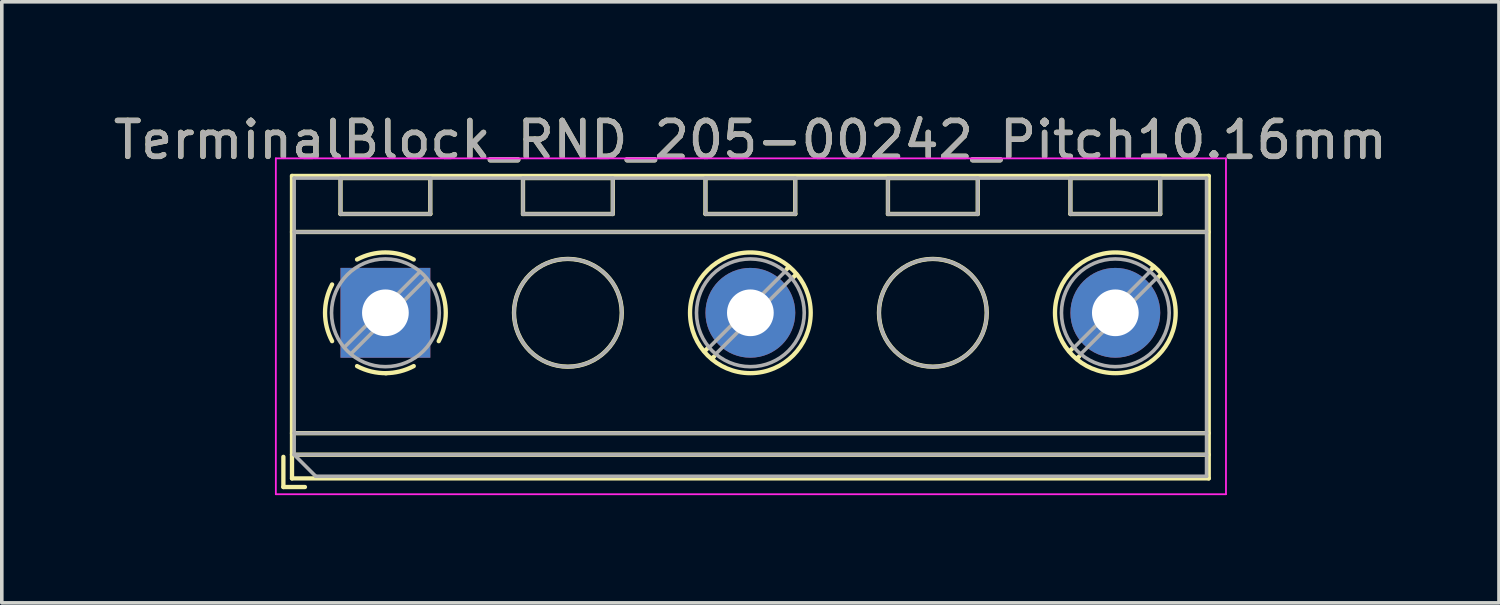
<source format=kicad_pcb>
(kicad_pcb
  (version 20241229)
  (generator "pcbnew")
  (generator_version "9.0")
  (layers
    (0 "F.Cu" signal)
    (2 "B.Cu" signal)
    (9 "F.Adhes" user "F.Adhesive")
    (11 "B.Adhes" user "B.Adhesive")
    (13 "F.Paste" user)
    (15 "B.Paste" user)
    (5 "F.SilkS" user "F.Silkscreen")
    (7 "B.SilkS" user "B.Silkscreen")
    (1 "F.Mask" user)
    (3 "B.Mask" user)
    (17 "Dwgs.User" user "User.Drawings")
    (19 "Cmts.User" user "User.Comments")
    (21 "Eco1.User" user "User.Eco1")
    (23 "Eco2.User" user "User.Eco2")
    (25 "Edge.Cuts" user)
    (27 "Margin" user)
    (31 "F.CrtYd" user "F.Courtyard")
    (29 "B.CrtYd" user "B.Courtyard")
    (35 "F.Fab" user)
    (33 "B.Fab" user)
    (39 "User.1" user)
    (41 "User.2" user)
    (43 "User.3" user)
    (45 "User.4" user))
  (footprint "TerminalBlock_RND_205-00242_Pitch10.16mm"
    (layer "F.Cu")
    (at 7.679 5.658)
    (property "Reference" "TerminalBlock_RND_205-00242_Pitch10.16mm" (at 10.16 -4.81 0) (layer "F.SilkS") (effects (font (size 1 1) (thickness 0.15))))
    (attr through_hole)
    (fp_line (start -2.84 4.01) (end -2.84 4.85) (stroke (width 0.12) (type solid)) (layer "F.SilkS"))
    (fp_line (start -2.84 4.85) (end -2.24 4.85) (stroke (width 0.12) (type solid)) (layer "F.SilkS"))
    (fp_line (start -2.6 -3.81) (end -2.6 4.61) (stroke (width 0.12) (type solid)) (layer "F.SilkS"))
    (fp_line (start -2.6 -2.25) (end 22.92 -2.25) (stroke (width 0.12) (type solid)) (layer "F.SilkS"))
    (fp_line (start -2.6 3.35) (end 22.92 3.35) (stroke (width 0.12) (type solid)) (layer "F.SilkS"))
    (fp_line (start -2.6 3.95) (end 22.92 3.95) (stroke (width 0.12) (type solid)) (layer "F.SilkS"))
    (fp_line (start -2.6 4.61) (end 22.92 4.61) (stroke (width 0.12) (type solid)) (layer "F.SilkS"))
    (fp_line (start -1.25 -3.751) (end -1.25 -2.751) (stroke (width 0.12) (type solid)) (layer "F.SilkS"))
    (fp_line (start -1.25 -3.751) (end 1.25 -3.751) (stroke (width 0.12) (type solid)) (layer "F.SilkS"))
    (fp_line (start -1.25 -2.751) (end 1.25 -2.751) (stroke (width 0.12) (type solid)) (layer "F.SilkS"))
    (fp_line (start 1.25 -3.751) (end 1.25 -2.751) (stroke (width 0.12) (type solid)) (layer "F.SilkS"))
    (fp_line (start 3.83 -3.751) (end 3.83 -2.751) (stroke (width 0.12) (type solid)) (layer "F.SilkS"))
    (fp_line (start 3.83 -3.751) (end 6.33 -3.751) (stroke (width 0.12) (type solid)) (layer "F.SilkS"))
    (fp_line (start 3.83 -2.751) (end 6.33 -2.751) (stroke (width 0.12) (type solid)) (layer "F.SilkS"))
    (fp_line (start 6.33 -3.751) (end 6.33 -2.751) (stroke (width 0.12) (type solid)) (layer "F.SilkS"))
    (fp_line (start 8.91 -3.751) (end 8.91 -2.751) (stroke (width 0.12) (type solid)) (layer "F.SilkS"))
    (fp_line (start 8.91 -3.751) (end 11.41 -3.751) (stroke (width 0.12) (type solid)) (layer "F.SilkS"))
    (fp_line (start 8.91 -2.751) (end 11.41 -2.751) (stroke (width 0.12) (type solid)) (layer "F.SilkS"))
    (fp_line (start 8.98 0.976) (end 8.886 1.069) (stroke (width 0.12) (type solid)) (layer "F.SilkS"))
    (fp_line (start 9.15 1.216) (end 9.091 1.274) (stroke (width 0.12) (type solid)) (layer "F.SilkS"))
    (fp_line (start 11.23 -1.275) (end 11.171 -1.216) (stroke (width 0.12) (type solid)) (layer "F.SilkS"))
    (fp_line (start 11.41 -3.751) (end 11.41 -2.751) (stroke (width 0.12) (type solid)) (layer "F.SilkS"))
    (fp_line (start 11.435 -1.069) (end 11.341 -0.976) (stroke (width 0.12) (type solid)) (layer "F.SilkS"))
    (fp_line (start 13.99 -3.751) (end 13.99 -2.751) (stroke (width 0.12) (type solid)) (layer "F.SilkS"))
    (fp_line (start 13.99 -3.751) (end 16.49 -3.751) (stroke (width 0.12) (type solid)) (layer "F.SilkS"))
    (fp_line (start 13.99 -2.751) (end 16.49 -2.751) (stroke (width 0.12) (type solid)) (layer "F.SilkS"))
    (fp_line (start 16.49 -3.751) (end 16.49 -2.751) (stroke (width 0.12) (type solid)) (layer "F.SilkS"))
    (fp_line (start 19.07 -3.751) (end 19.07 -2.751) (stroke (width 0.12) (type solid)) (layer "F.SilkS"))
    (fp_line (start 19.07 -3.751) (end 21.57 -3.751) (stroke (width 0.12) (type solid)) (layer "F.SilkS"))
    (fp_line (start 19.07 -2.751) (end 21.57 -2.751) (stroke (width 0.12) (type solid)) (layer "F.SilkS"))
    (fp_line (start 19.14 0.976) (end 19.046 1.069) (stroke (width 0.12) (type solid)) (layer "F.SilkS"))
    (fp_line (start 19.31 1.216) (end 19.251 1.274) (stroke (width 0.12) (type solid)) (layer "F.SilkS"))
    (fp_line (start 21.39 -1.275) (end 21.331 -1.216) (stroke (width 0.12) (type solid)) (layer "F.SilkS"))
    (fp_line (start 21.57 -3.751) (end 21.57 -2.751) (stroke (width 0.12) (type solid)) (layer "F.SilkS"))
    (fp_line (start 21.595 -1.069) (end 21.501 -0.976) (stroke (width 0.12) (type solid)) (layer "F.SilkS"))
    (fp_line (start 22.92 -3.81) (end -2.6 -3.81) (stroke (width 0.12) (type solid)) (layer "F.SilkS"))
    (fp_line (start 22.92 4.61) (end 22.92 -3.81) (stroke (width 0.12) (type solid)) (layer "F.SilkS"))
    (fp_arc (start -1.483953 0.789089) (mid -1.680708 0.00005) (end -1.484 -0.789) (stroke (width 0.12) (type solid)) (layer "F.SilkS"))
    (fp_arc (start -0.789089 -1.483953) (mid -0.00005 -1.680708) (end 0.789 -1.484) (stroke (width 0.12) (type solid)) (layer "F.SilkS"))
    (fp_arc (start 0.029383 1.68045) (mid -0.392304 1.634281) (end -0.789 1.484) (stroke (width 0.12) (type solid)) (layer "F.SilkS"))
    (fp_arc (start 0.788712 1.483352) (mid 0.406429 1.630097) (end 0 1.68) (stroke (width 0.12) (type solid)) (layer "F.SilkS"))
    (fp_arc (start 1.483953 -0.789089) (mid 1.680708 -0.00005) (end 1.484 0.789) (stroke (width 0.12) (type solid)) (layer "F.SilkS"))
    (fp_circle (center 5.08 0) (end 6.58 0) (stroke (width 0.12) (type solid)) (fill no) (layer "F.SilkS"))
    (fp_circle (center 10.16 0) (end 11.84 0) (stroke (width 0.12) (type solid)) (fill no) (layer "F.SilkS"))
    (fp_circle (center 15.24 0) (end 16.74 0) (stroke (width 0.12) (type solid)) (fill no) (layer "F.SilkS"))
    (fp_circle (center 20.32 0) (end 22 0) (stroke (width 0.12) (type solid)) (fill no) (layer "F.SilkS"))
    (fp_line (start -3.05 -4.3) (end -3.05 5.05) (stroke (width 0.05) (type solid)) (layer "F.CrtYd"))
    (fp_line (start -3.05 5.05) (end 23.4 5.05) (stroke (width 0.05) (type solid)) (layer "F.CrtYd"))
    (fp_line (start 23.4 -4.3) (end -3.05 -4.3) (stroke (width 0.05) (type solid)) (layer "F.CrtYd"))
    (fp_line (start 23.4 5.05) (end 23.4 -4.3) (stroke (width 0.05) (type solid)) (layer "F.CrtYd"))
    (fp_line (start -2.54 -3.75) (end 22.86 -3.75) (stroke (width 0.1) (type solid)) (layer "F.Fab"))
    (fp_line (start -2.54 -2.25) (end 22.86 -2.25) (stroke (width 0.1) (type solid)) (layer "F.Fab"))
    (fp_line (start -2.54 3.35) (end 22.86 3.35) (stroke (width 0.1) (type solid)) (layer "F.Fab"))
    (fp_line (start -2.54 3.95) (end -2.54 -3.75) (stroke (width 0.1) (type solid)) (layer "F.Fab"))
    (fp_line (start -2.54 3.95) (end 22.86 3.95) (stroke (width 0.1) (type solid)) (layer "F.Fab"))
    (fp_line (start -1.94 4.55) (end -2.54 3.95) (stroke (width 0.1) (type solid)) (layer "F.Fab"))
    (fp_line (start -1.25 -3.75) (end -1.25 -2.75) (stroke (width 0.1) (type solid)) (layer "F.Fab"))
    (fp_line (start -1.25 -2.75) (end 1.25 -2.75) (stroke (width 0.1) (type solid)) (layer "F.Fab"))
    (fp_line (start 0.955 -1.138) (end -1.138 0.955) (stroke (width 0.1) (type solid)) (layer "F.Fab"))
    (fp_line (start 1.138 -0.955) (end -0.955 1.138) (stroke (width 0.1) (type solid)) (layer "F.Fab"))
    (fp_line (start 1.25 -3.75) (end -1.25 -3.75) (stroke (width 0.1) (type solid)) (layer "F.Fab"))
    (fp_line (start 1.25 -2.75) (end 1.25 -3.75) (stroke (width 0.1) (type solid)) (layer "F.Fab"))
    (fp_line (start 3.83 -3.75) (end 3.83 -2.75) (stroke (width 0.1) (type solid)) (layer "F.Fab"))
    (fp_line (start 3.83 -2.75) (end 6.33 -2.75) (stroke (width 0.1) (type solid)) (layer "F.Fab"))
    (fp_line (start 6.33 -3.75) (end 3.83 -3.75) (stroke (width 0.1) (type solid)) (layer "F.Fab"))
    (fp_line (start 6.33 -2.75) (end 6.33 -3.75) (stroke (width 0.1) (type solid)) (layer "F.Fab"))
    (fp_line (start 8.91 -3.75) (end 8.91 -2.75) (stroke (width 0.1) (type solid)) (layer "F.Fab"))
    (fp_line (start 8.91 -2.75) (end 11.41 -2.75) (stroke (width 0.1) (type solid)) (layer "F.Fab"))
    (fp_line (start 11.115 -1.138) (end 9.023 0.955) (stroke (width 0.1) (type solid)) (layer "F.Fab"))
    (fp_line (start 11.298 -0.955) (end 9.206 1.138) (stroke (width 0.1) (type solid)) (layer "F.Fab"))
    (fp_line (start 11.41 -3.75) (end 8.91 -3.75) (stroke (width 0.1) (type solid)) (layer "F.Fab"))
    (fp_line (start 11.41 -2.75) (end 11.41 -3.75) (stroke (width 0.1) (type solid)) (layer "F.Fab"))
    (fp_line (start 13.99 -3.75) (end 13.99 -2.75) (stroke (width 0.1) (type solid)) (layer "F.Fab"))
    (fp_line (start 13.99 -2.75) (end 16.49 -2.75) (stroke (width 0.1) (type solid)) (layer "F.Fab"))
    (fp_line (start 16.49 -3.75) (end 13.99 -3.75) (stroke (width 0.1) (type solid)) (layer "F.Fab"))
    (fp_line (start 16.49 -2.75) (end 16.49 -3.75) (stroke (width 0.1) (type solid)) (layer "F.Fab"))
    (fp_line (start 19.07 -3.75) (end 19.07 -2.75) (stroke (width 0.1) (type solid)) (layer "F.Fab"))
    (fp_line (start 19.07 -2.75) (end 21.57 -2.75) (stroke (width 0.1) (type solid)) (layer "F.Fab"))
    (fp_line (start 21.275 -1.138) (end 19.183 0.955) (stroke (width 0.1) (type solid)) (layer "F.Fab"))
    (fp_line (start 21.458 -0.955) (end 19.366 1.138) (stroke (width 0.1) (type solid)) (layer "F.Fab"))
    (fp_line (start 21.57 -3.75) (end 19.07 -3.75) (stroke (width 0.1) (type solid)) (layer "F.Fab"))
    (fp_line (start 21.57 -2.75) (end 21.57 -3.75) (stroke (width 0.1) (type solid)) (layer "F.Fab"))
    (fp_line (start 22.86 -3.75) (end 22.86 4.55) (stroke (width 0.1) (type solid)) (layer "F.Fab"))
    (fp_line (start 22.86 4.55) (end -1.94 4.55) (stroke (width 0.1) (type solid)) (layer "F.Fab"))
    (fp_circle (center 0 0) (end 1.5 0) (stroke (width 0.1) (type solid)) (fill no) (layer "F.Fab"))
    (fp_circle (center 5.08 0) (end 6.58 0) (stroke (width 0.1) (type solid)) (fill no) (layer "F.Fab"))
    (fp_circle (center 10.16 0) (end 11.66 0) (stroke (width 0.1) (type solid)) (fill no) (layer "F.Fab"))
    (fp_circle (center 15.24 0) (end 16.74 0) (stroke (width 0.1) (type solid)) (fill no) (layer "F.Fab"))
    (fp_circle (center 20.32 0) (end 21.82 0) (stroke (width 0.1) (type solid)) (fill no) (layer "F.Fab"))
    (fp_text user "${REFERENCE}" (at 10.16 -4.81 0) (layer "F.Fab") (effects (font (size 1 1) (thickness 0.15))))
    (pad "1" thru_hole rect (at 0 0) (size 2.5 2.5) (drill 1.3) (layers "*.Cu" "*.Mask"))
    (pad "2" thru_hole circle (at 10.16 0) (size 2.5 2.5) (drill 1.3) (layers "*.Cu" "*.Mask"))
    (pad "3" thru_hole circle (at 20.32 0) (size 2.5 2.5) (drill 1.3) (layers "*.Cu" "*.Mask")))
  (gr_rect
    (start -3 -3)
    (end 38.679 13.733)
    (stroke (width 0.1) (type default))
    (fill no)
    (layer "Edge.Cuts")))
</source>
